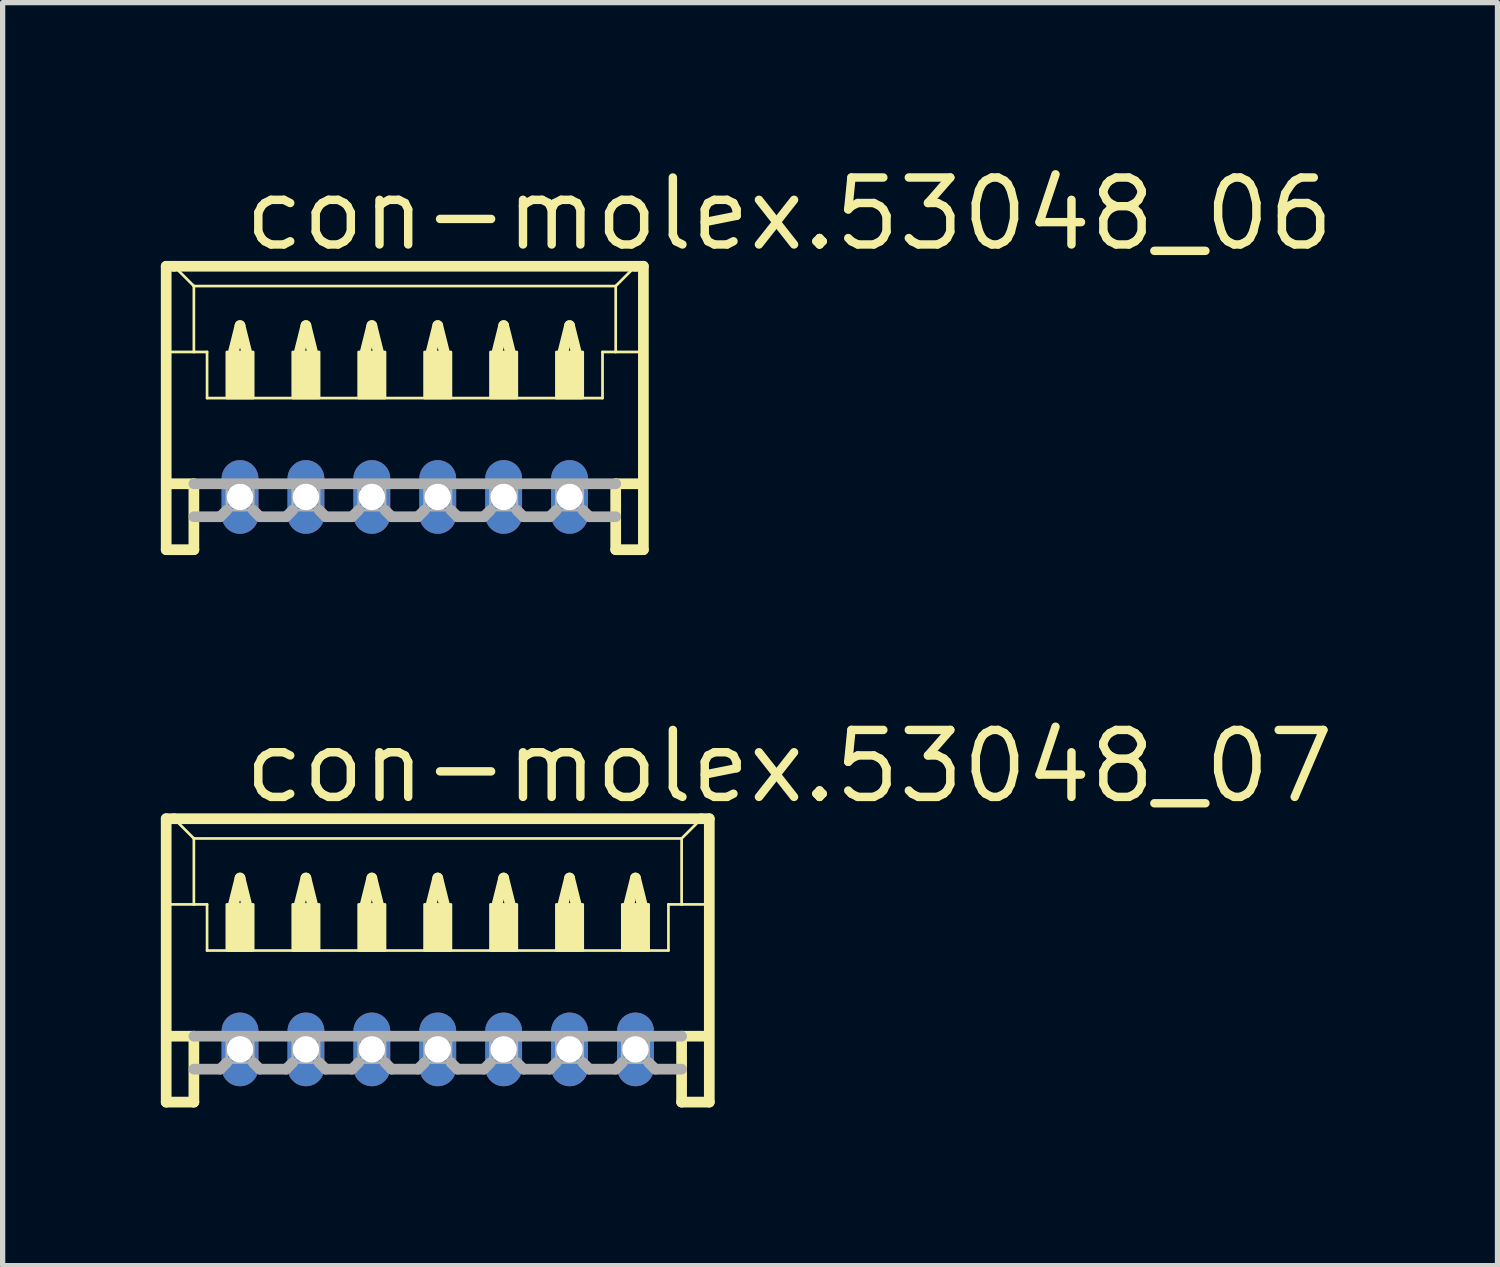
<source format=kicad_pcb>
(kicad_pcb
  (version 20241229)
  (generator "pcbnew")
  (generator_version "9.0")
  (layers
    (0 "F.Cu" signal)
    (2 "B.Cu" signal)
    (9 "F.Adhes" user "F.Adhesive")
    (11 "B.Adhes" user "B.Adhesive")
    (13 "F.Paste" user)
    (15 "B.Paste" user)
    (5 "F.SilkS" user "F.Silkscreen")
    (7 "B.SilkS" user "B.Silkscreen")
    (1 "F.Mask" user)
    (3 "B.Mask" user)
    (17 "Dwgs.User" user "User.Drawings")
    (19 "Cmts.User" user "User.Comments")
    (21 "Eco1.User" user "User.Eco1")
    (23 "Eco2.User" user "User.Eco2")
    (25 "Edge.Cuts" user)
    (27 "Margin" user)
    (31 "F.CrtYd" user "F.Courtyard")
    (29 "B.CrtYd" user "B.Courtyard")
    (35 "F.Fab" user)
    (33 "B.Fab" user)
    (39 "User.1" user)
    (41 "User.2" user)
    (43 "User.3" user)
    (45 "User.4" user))
  (footprint "con-molex.53048_07"
    (layer "F.Cu")
    (at 5.252 15.602)
    (property "Reference" "con-molex.53048_07" (at -3.75 -3.375 0) (layer "F.SilkS") (effects (font (size 1.27 1.27) (thickness 0.16)) (justify left bottom)))
    (attr through_hole)
    (fp_line (start -5.15 -3.125) (end -5.15 2.25) (stroke (width 0.203) (type default)) (layer "F.SilkS"))
    (fp_line (start -5.15 2.25) (end -4.625 2.25) (stroke (width 0.203) (type default)) (layer "F.SilkS"))
    (fp_line (start -5.125 -1.5) (end -4.625 -1.5) (stroke (width 0.051) (type default)) (layer "F.SilkS"))
    (fp_line (start -5.125 1) (end -4.625 1) (stroke (width 0.203) (type default)) (layer "F.SilkS"))
    (fp_line (start -5 -3.125) (end -5.15 -3.125) (stroke (width 0.203) (type default)) (layer "F.SilkS"))
    (fp_line (start -4.625 -2.75) (end -5 -3.125) (stroke (width 0.051) (type default)) (layer "F.SilkS"))
    (fp_line (start -4.625 -2.75) (end 4.625 -2.75) (stroke (width 0.051) (type default)) (layer "F.SilkS"))
    (fp_line (start -4.625 -1.5) (end -4.625 -2.75) (stroke (width 0.051) (type default)) (layer "F.SilkS"))
    (fp_line (start -4.625 -1.5) (end -4.375 -1.5) (stroke (width 0.051) (type default)) (layer "F.SilkS"))
    (fp_line (start -4.625 1) (end -4.625 2.25) (stroke (width 0.203) (type default)) (layer "F.SilkS"))
    (fp_line (start -4.375 -1.5) (end -4.375 -0.625) (stroke (width 0.051) (type default)) (layer "F.SilkS"))
    (fp_line (start -4.375 -0.625) (end 4.375 -0.625) (stroke (width 0.051) (type default)) (layer "F.SilkS"))
    (fp_line (start -3.875 -1.5) (end -3.75 -2) (stroke (width 0.203) (type default)) (layer "F.SilkS"))
    (fp_line (start -3.75 -2) (end -3.625 -1.5) (stroke (width 0.203) (type default)) (layer "F.SilkS"))
    (fp_line (start -2.625 -1.5) (end -2.5 -2) (stroke (width 0.203) (type default)) (layer "F.SilkS"))
    (fp_line (start -2.5 -2) (end -2.375 -1.5) (stroke (width 0.203) (type default)) (layer "F.SilkS"))
    (fp_line (start -1.375 -1.5) (end -1.25 -2) (stroke (width 0.203) (type default)) (layer "F.SilkS"))
    (fp_line (start -1.25 -2) (end -1.125 -1.5) (stroke (width 0.203) (type default)) (layer "F.SilkS"))
    (fp_line (start -0.125 -1.5) (end 0 -2) (stroke (width 0.203) (type default)) (layer "F.SilkS"))
    (fp_line (start 0 -2) (end 0.125 -1.5) (stroke (width 0.203) (type default)) (layer "F.SilkS"))
    (fp_line (start 1.125 -1.5) (end 1.25 -2) (stroke (width 0.203) (type default)) (layer "F.SilkS"))
    (fp_line (start 1.25 -2) (end 1.375 -1.5) (stroke (width 0.203) (type default)) (layer "F.SilkS"))
    (fp_line (start 2.375 -1.5) (end 2.5 -2) (stroke (width 0.203) (type default)) (layer "F.SilkS"))
    (fp_line (start 2.5 -2) (end 2.625 -1.5) (stroke (width 0.203) (type default)) (layer "F.SilkS"))
    (fp_line (start 3.625 -1.5) (end 3.75 -2) (stroke (width 0.203) (type default)) (layer "F.SilkS"))
    (fp_line (start 3.75 -2) (end 3.875 -1.5) (stroke (width 0.203) (type default)) (layer "F.SilkS"))
    (fp_line (start 4.375 -1.5) (end 4.375 -0.625) (stroke (width 0.051) (type default)) (layer "F.SilkS"))
    (fp_line (start 4.375 -1.5) (end 4.625 -1.5) (stroke (width 0.051) (type default)) (layer "F.SilkS"))
    (fp_line (start 4.625 -2.75) (end 4.625 -1.5) (stroke (width 0.051) (type default)) (layer "F.SilkS"))
    (fp_line (start 4.625 -2.75) (end 5 -3.125) (stroke (width 0.051) (type default)) (layer "F.SilkS"))
    (fp_line (start 4.625 -1.5) (end 5.125 -1.5) (stroke (width 0.051) (type default)) (layer "F.SilkS"))
    (fp_line (start 4.625 1) (end 4.625 2.25) (stroke (width 0.203) (type default)) (layer "F.SilkS"))
    (fp_line (start 4.625 1) (end 5.125 1) (stroke (width 0.203) (type default)) (layer "F.SilkS"))
    (fp_line (start 4.625 2.25) (end 5.15 2.25) (stroke (width 0.203) (type default)) (layer "F.SilkS"))
    (fp_line (start 5 -3.125) (end -5 -3.125) (stroke (width 0.203) (type default)) (layer "F.SilkS"))
    (fp_line (start 5.15 -3.125) (end 5 -3.125) (stroke (width 0.203) (type default)) (layer "F.SilkS"))
    (fp_line (start 5.15 2.25) (end 5.15 -3.125) (stroke (width 0.203) (type default)) (layer "F.SilkS"))
    (fp_rect (start -4 -0.625) (end -3.5 -1.5) (stroke (width 0.05) (type default)) (fill yes) (layer "F.SilkS"))
    (fp_rect (start -2.75 -0.625) (end -2.25 -1.5) (stroke (width 0.05) (type default)) (fill yes) (layer "F.SilkS"))
    (fp_rect (start -1.5 -0.625) (end -1 -1.5) (stroke (width 0.05) (type default)) (fill yes) (layer "F.SilkS"))
    (fp_rect (start -0.25 -0.625) (end 0.25 -1.5) (stroke (width 0.05) (type default)) (fill yes) (layer "F.SilkS"))
    (fp_rect (start 1 -0.625) (end 1.5 -1.5) (stroke (width 0.05) (type default)) (fill yes) (layer "F.SilkS"))
    (fp_rect (start 2.25 -0.625) (end 2.75 -1.5) (stroke (width 0.05) (type default)) (fill yes) (layer "F.SilkS"))
    (fp_rect (start 3.5 -0.625) (end 4 -1.5) (stroke (width 0.05) (type default)) (fill yes) (layer "F.SilkS"))
    (fp_line (start -4.625 1) (end 4.625 1) (stroke (width 0.203) (type default)) (layer "F.Fab"))
    (fp_line (start -4.125 1.625) (end -4.625 1.625) (stroke (width 0.203) (type default)) (layer "F.Fab"))
    (fp_line (start -4 1.5) (end -4.125 1.625) (stroke (width 0.203) (type default)) (layer "F.Fab"))
    (fp_line (start -3.5 1.5) (end -3.375 1.625) (stroke (width 0.203) (type default)) (layer "F.Fab"))
    (fp_line (start -2.875 1.625) (end -3.375 1.625) (stroke (width 0.203) (type default)) (layer "F.Fab"))
    (fp_line (start -2.75 1.5) (end -2.875 1.625) (stroke (width 0.203) (type default)) (layer "F.Fab"))
    (fp_line (start -2.25 1.5) (end -2.125 1.625) (stroke (width 0.203) (type default)) (layer "F.Fab"))
    (fp_line (start -1.625 1.625) (end -2.125 1.625) (stroke (width 0.203) (type default)) (layer "F.Fab"))
    (fp_line (start -1.5 1.5) (end -1.625 1.625) (stroke (width 0.203) (type default)) (layer "F.Fab"))
    (fp_line (start -1 1.5) (end -0.875 1.625) (stroke (width 0.203) (type default)) (layer "F.Fab"))
    (fp_line (start -0.375 1.625) (end -0.875 1.625) (stroke (width 0.203) (type default)) (layer "F.Fab"))
    (fp_line (start -0.25 1.5) (end -0.375 1.625) (stroke (width 0.203) (type default)) (layer "F.Fab"))
    (fp_line (start 0.25 1.5) (end 0.375 1.625) (stroke (width 0.203) (type default)) (layer "F.Fab"))
    (fp_line (start 0.875 1.625) (end 0.375 1.625) (stroke (width 0.203) (type default)) (layer "F.Fab"))
    (fp_line (start 1 1.5) (end 0.875 1.625) (stroke (width 0.203) (type default)) (layer "F.Fab"))
    (fp_line (start 1.5 1.5) (end 1.625 1.625) (stroke (width 0.203) (type default)) (layer "F.Fab"))
    (fp_line (start 2.125 1.625) (end 1.625 1.625) (stroke (width 0.203) (type default)) (layer "F.Fab"))
    (fp_line (start 2.25 1.5) (end 2.125 1.625) (stroke (width 0.203) (type default)) (layer "F.Fab"))
    (fp_line (start 2.75 1.5) (end 2.875 1.625) (stroke (width 0.203) (type default)) (layer "F.Fab"))
    (fp_line (start 3.375 1.625) (end 2.875 1.625) (stroke (width 0.203) (type default)) (layer "F.Fab"))
    (fp_line (start 3.5 1.5) (end 3.375 1.625) (stroke (width 0.203) (type default)) (layer "F.Fab"))
    (fp_line (start 4 1.5) (end 4.125 1.625) (stroke (width 0.203) (type default)) (layer "F.Fab"))
    (fp_line (start 4.625 1.625) (end 4.125 1.625) (stroke (width 0.203) (type default)) (layer "F.Fab"))
    (fp_rect (start -4 1.5) (end -3.5 1) (stroke (width 0.05) (type default)) (fill no) (layer "F.Fab"))
    (fp_rect (start -2.75 1.5) (end -2.25 1) (stroke (width 0.05) (type default)) (fill no) (layer "F.Fab"))
    (fp_rect (start -1.5 1.5) (end -1 1) (stroke (width 0.05) (type default)) (fill no) (layer "F.Fab"))
    (fp_rect (start -0.25 1.5) (end 0.25 1) (stroke (width 0.05) (type default)) (fill no) (layer "F.Fab"))
    (fp_rect (start 1 1.5) (end 1.5 1) (stroke (width 0.05) (type default)) (fill no) (layer "F.Fab"))
    (fp_rect (start 2.25 1.5) (end 2.75 1) (stroke (width 0.05) (type default)) (fill no) (layer "F.Fab"))
    (fp_rect (start 3.5 1.5) (end 4 1) (stroke (width 0.05) (type default)) (fill no) (layer "F.Fab"))
    (pad "1" thru_hole oval (at 3.75 1.25 90) (size 1.397 0.698) (drill 0.5) (layers "*.Cu" "*.Mask"))
    (pad "2" thru_hole oval (at 2.5 1.25 90) (size 1.397 0.698) (drill 0.5) (layers "*.Cu" "*.Mask"))
    (pad "3" thru_hole oval (at 1.25 1.25 90) (size 1.397 0.698) (drill 0.5) (layers "*.Cu" "*.Mask"))
    (pad "4" thru_hole oval (at 0 1.25 90) (size 1.397 0.698) (drill 0.5) (layers "*.Cu" "*.Mask"))
    (pad "5" thru_hole oval (at -1.25 1.25 90) (size 1.397 0.698) (drill 0.5) (layers "*.Cu" "*.Mask"))
    (pad "6" thru_hole oval (at -2.5 1.25 90) (size 1.397 0.698) (drill 0.5) (layers "*.Cu" "*.Mask"))
    (pad "7" thru_hole oval (at -3.75 1.25 90) (size 1.397 0.698) (drill 0.5) (layers "*.Cu" "*.Mask")))
  (footprint "con-molex.53048_06"
    (layer "F.Cu")
    (at 4.627 5.125)
    (property "Reference" "con-molex.53048_06" (at -3.125 -3.375 0) (layer "F.SilkS") (effects (font (size 1.27 1.27) (thickness 0.16)) (justify left bottom)))
    (attr through_hole)
    (fp_line (start -4.525 -3.125) (end -4.525 2.25) (stroke (width 0.203) (type default)) (layer "F.SilkS"))
    (fp_line (start -4.525 2.25) (end -4 2.25) (stroke (width 0.203) (type default)) (layer "F.SilkS"))
    (fp_line (start -4.5 -1.5) (end -4 -1.5) (stroke (width 0.051) (type default)) (layer "F.SilkS"))
    (fp_line (start -4.5 1) (end -4 1) (stroke (width 0.203) (type default)) (layer "F.SilkS"))
    (fp_line (start -4.375 -3.125) (end -4.525 -3.125) (stroke (width 0.203) (type default)) (layer "F.SilkS"))
    (fp_line (start -4 -2.75) (end -4.375 -3.125) (stroke (width 0.051) (type default)) (layer "F.SilkS"))
    (fp_line (start -4 -2.75) (end 4 -2.75) (stroke (width 0.051) (type default)) (layer "F.SilkS"))
    (fp_line (start -4 -1.5) (end -4 -2.75) (stroke (width 0.051) (type default)) (layer "F.SilkS"))
    (fp_line (start -4 -1.5) (end -3.75 -1.5) (stroke (width 0.051) (type default)) (layer "F.SilkS"))
    (fp_line (start -4 1) (end -4 2.25) (stroke (width 0.203) (type default)) (layer "F.SilkS"))
    (fp_line (start -3.75 -1.5) (end -3.75 -0.625) (stroke (width 0.051) (type default)) (layer "F.SilkS"))
    (fp_line (start -3.75 -0.625) (end 3.75 -0.625) (stroke (width 0.051) (type default)) (layer "F.SilkS"))
    (fp_line (start -3.25 -1.5) (end -3.125 -2) (stroke (width 0.203) (type default)) (layer "F.SilkS"))
    (fp_line (start -3.125 -2) (end -3 -1.5) (stroke (width 0.203) (type default)) (layer "F.SilkS"))
    (fp_line (start -2 -1.5) (end -1.875 -2) (stroke (width 0.203) (type default)) (layer "F.SilkS"))
    (fp_line (start -1.875 -2) (end -1.75 -1.5) (stroke (width 0.203) (type default)) (layer "F.SilkS"))
    (fp_line (start -0.75 -1.5) (end -0.625 -2) (stroke (width 0.203) (type default)) (layer "F.SilkS"))
    (fp_line (start -0.625 -2) (end -0.5 -1.5) (stroke (width 0.203) (type default)) (layer "F.SilkS"))
    (fp_line (start 0.5 -1.5) (end 0.625 -2) (stroke (width 0.203) (type default)) (layer "F.SilkS"))
    (fp_line (start 0.625 -2) (end 0.75 -1.5) (stroke (width 0.203) (type default)) (layer "F.SilkS"))
    (fp_line (start 1.75 -1.5) (end 1.875 -2) (stroke (width 0.203) (type default)) (layer "F.SilkS"))
    (fp_line (start 1.875 -2) (end 2 -1.5) (stroke (width 0.203) (type default)) (layer "F.SilkS"))
    (fp_line (start 3 -1.5) (end 3.125 -2) (stroke (width 0.203) (type default)) (layer "F.SilkS"))
    (fp_line (start 3.125 -2) (end 3.25 -1.5) (stroke (width 0.203) (type default)) (layer "F.SilkS"))
    (fp_line (start 3.75 -1.5) (end 3.75 -0.625) (stroke (width 0.051) (type default)) (layer "F.SilkS"))
    (fp_line (start 3.75 -1.5) (end 4 -1.5) (stroke (width 0.051) (type default)) (layer "F.SilkS"))
    (fp_line (start 4 -2.75) (end 4 -1.5) (stroke (width 0.051) (type default)) (layer "F.SilkS"))
    (fp_line (start 4 -2.75) (end 4.375 -3.125) (stroke (width 0.051) (type default)) (layer "F.SilkS"))
    (fp_line (start 4 -1.5) (end 4.5 -1.5) (stroke (width 0.051) (type default)) (layer "F.SilkS"))
    (fp_line (start 4 1) (end 4 2.25) (stroke (width 0.203) (type default)) (layer "F.SilkS"))
    (fp_line (start 4 1) (end 4.5 1) (stroke (width 0.203) (type default)) (layer "F.SilkS"))
    (fp_line (start 4 2.25) (end 4.525 2.25) (stroke (width 0.203) (type default)) (layer "F.SilkS"))
    (fp_line (start 4.375 -3.125) (end -4.375 -3.125) (stroke (width 0.203) (type default)) (layer "F.SilkS"))
    (fp_line (start 4.525 -3.125) (end 4.375 -3.125) (stroke (width 0.203) (type default)) (layer "F.SilkS"))
    (fp_line (start 4.525 2.25) (end 4.525 -3.125) (stroke (width 0.203) (type default)) (layer "F.SilkS"))
    (fp_rect (start -3.375 -0.625) (end -2.875 -1.5) (stroke (width 0.05) (type default)) (fill yes) (layer "F.SilkS"))
    (fp_rect (start -2.125 -0.625) (end -1.625 -1.5) (stroke (width 0.05) (type default)) (fill yes) (layer "F.SilkS"))
    (fp_rect (start -0.875 -0.625) (end -0.375 -1.5) (stroke (width 0.05) (type default)) (fill yes) (layer "F.SilkS"))
    (fp_rect (start 0.375 -0.625) (end 0.875 -1.5) (stroke (width 0.05) (type default)) (fill yes) (layer "F.SilkS"))
    (fp_rect (start 1.625 -0.625) (end 2.125 -1.5) (stroke (width 0.05) (type default)) (fill yes) (layer "F.SilkS"))
    (fp_rect (start 2.875 -0.625) (end 3.375 -1.5) (stroke (width 0.05) (type default)) (fill yes) (layer "F.SilkS"))
    (fp_line (start -4 1) (end 4 1) (stroke (width 0.203) (type default)) (layer "F.Fab"))
    (fp_line (start -3.5 1.625) (end -4 1.625) (stroke (width 0.203) (type default)) (layer "F.Fab"))
    (fp_line (start -3.375 1.5) (end -3.5 1.625) (stroke (width 0.203) (type default)) (layer "F.Fab"))
    (fp_line (start -2.875 1.5) (end -2.75 1.625) (stroke (width 0.203) (type default)) (layer "F.Fab"))
    (fp_line (start -2.25 1.625) (end -2.75 1.625) (stroke (width 0.203) (type default)) (layer "F.Fab"))
    (fp_line (start -2.125 1.5) (end -2.25 1.625) (stroke (width 0.203) (type default)) (layer "F.Fab"))
    (fp_line (start -1.625 1.5) (end -1.5 1.625) (stroke (width 0.203) (type default)) (layer "F.Fab"))
    (fp_line (start -1 1.625) (end -1.5 1.625) (stroke (width 0.203) (type default)) (layer "F.Fab"))
    (fp_line (start -0.875 1.5) (end -1 1.625) (stroke (width 0.203) (type default)) (layer "F.Fab"))
    (fp_line (start -0.375 1.5) (end -0.25 1.625) (stroke (width 0.203) (type default)) (layer "F.Fab"))
    (fp_line (start 0.25 1.625) (end -0.25 1.625) (stroke (width 0.203) (type default)) (layer "F.Fab"))
    (fp_line (start 0.375 1.5) (end 0.25 1.625) (stroke (width 0.203) (type default)) (layer "F.Fab"))
    (fp_line (start 0.875 1.5) (end 1 1.625) (stroke (width 0.203) (type default)) (layer "F.Fab"))
    (fp_line (start 1.5 1.625) (end 1 1.625) (stroke (width 0.203) (type default)) (layer "F.Fab"))
    (fp_line (start 1.625 1.5) (end 1.5 1.625) (stroke (width 0.203) (type default)) (layer "F.Fab"))
    (fp_line (start 2.125 1.5) (end 2.25 1.625) (stroke (width 0.203) (type default)) (layer "F.Fab"))
    (fp_line (start 2.75 1.625) (end 2.25 1.625) (stroke (width 0.203) (type default)) (layer "F.Fab"))
    (fp_line (start 2.875 1.5) (end 2.75 1.625) (stroke (width 0.203) (type default)) (layer "F.Fab"))
    (fp_line (start 3.375 1.5) (end 3.5 1.625) (stroke (width 0.203) (type default)) (layer "F.Fab"))
    (fp_line (start 4 1.625) (end 3.5 1.625) (stroke (width 0.203) (type default)) (layer "F.Fab"))
    (fp_rect (start -3.375 1.5) (end -2.875 1) (stroke (width 0.05) (type default)) (fill no) (layer "F.Fab"))
    (fp_rect (start -2.125 1.5) (end -1.625 1) (stroke (width 0.05) (type default)) (fill no) (layer "F.Fab"))
    (fp_rect (start -0.875 1.5) (end -0.375 1) (stroke (width 0.05) (type default)) (fill no) (layer "F.Fab"))
    (fp_rect (start 0.375 1.5) (end 0.875 1) (stroke (width 0.05) (type default)) (fill no) (layer "F.Fab"))
    (fp_rect (start 1.625 1.5) (end 2.125 1) (stroke (width 0.05) (type default)) (fill no) (layer "F.Fab"))
    (fp_rect (start 2.875 1.5) (end 3.375 1) (stroke (width 0.05) (type default)) (fill no) (layer "F.Fab"))
    (pad "1" thru_hole oval (at 3.125 1.25 90) (size 1.397 0.698) (drill 0.5) (layers "*.Cu" "*.Mask"))
    (pad "2" thru_hole oval (at 1.875 1.25 90) (size 1.397 0.698) (drill 0.5) (layers "*.Cu" "*.Mask"))
    (pad "3" thru_hole oval (at 0.625 1.25 90) (size 1.397 0.698) (drill 0.5) (layers "*.Cu" "*.Mask"))
    (pad "4" thru_hole oval (at -0.625 1.25 90) (size 1.397 0.698) (drill 0.5) (layers "*.Cu" "*.Mask"))
    (pad "5" thru_hole oval (at -1.875 1.25 90) (size 1.397 0.698) (drill 0.5) (layers "*.Cu" "*.Mask"))
    (pad "6" thru_hole oval (at -3.125 1.25 90) (size 1.397 0.698) (drill 0.5) (layers "*.Cu" "*.Mask")))
  (gr_rect
    (start -3 -3)
    (end 25.35 20.953)
    (stroke (width 0.1) (type default))
    (fill no)
    (layer "Edge.Cuts")))
</source>
